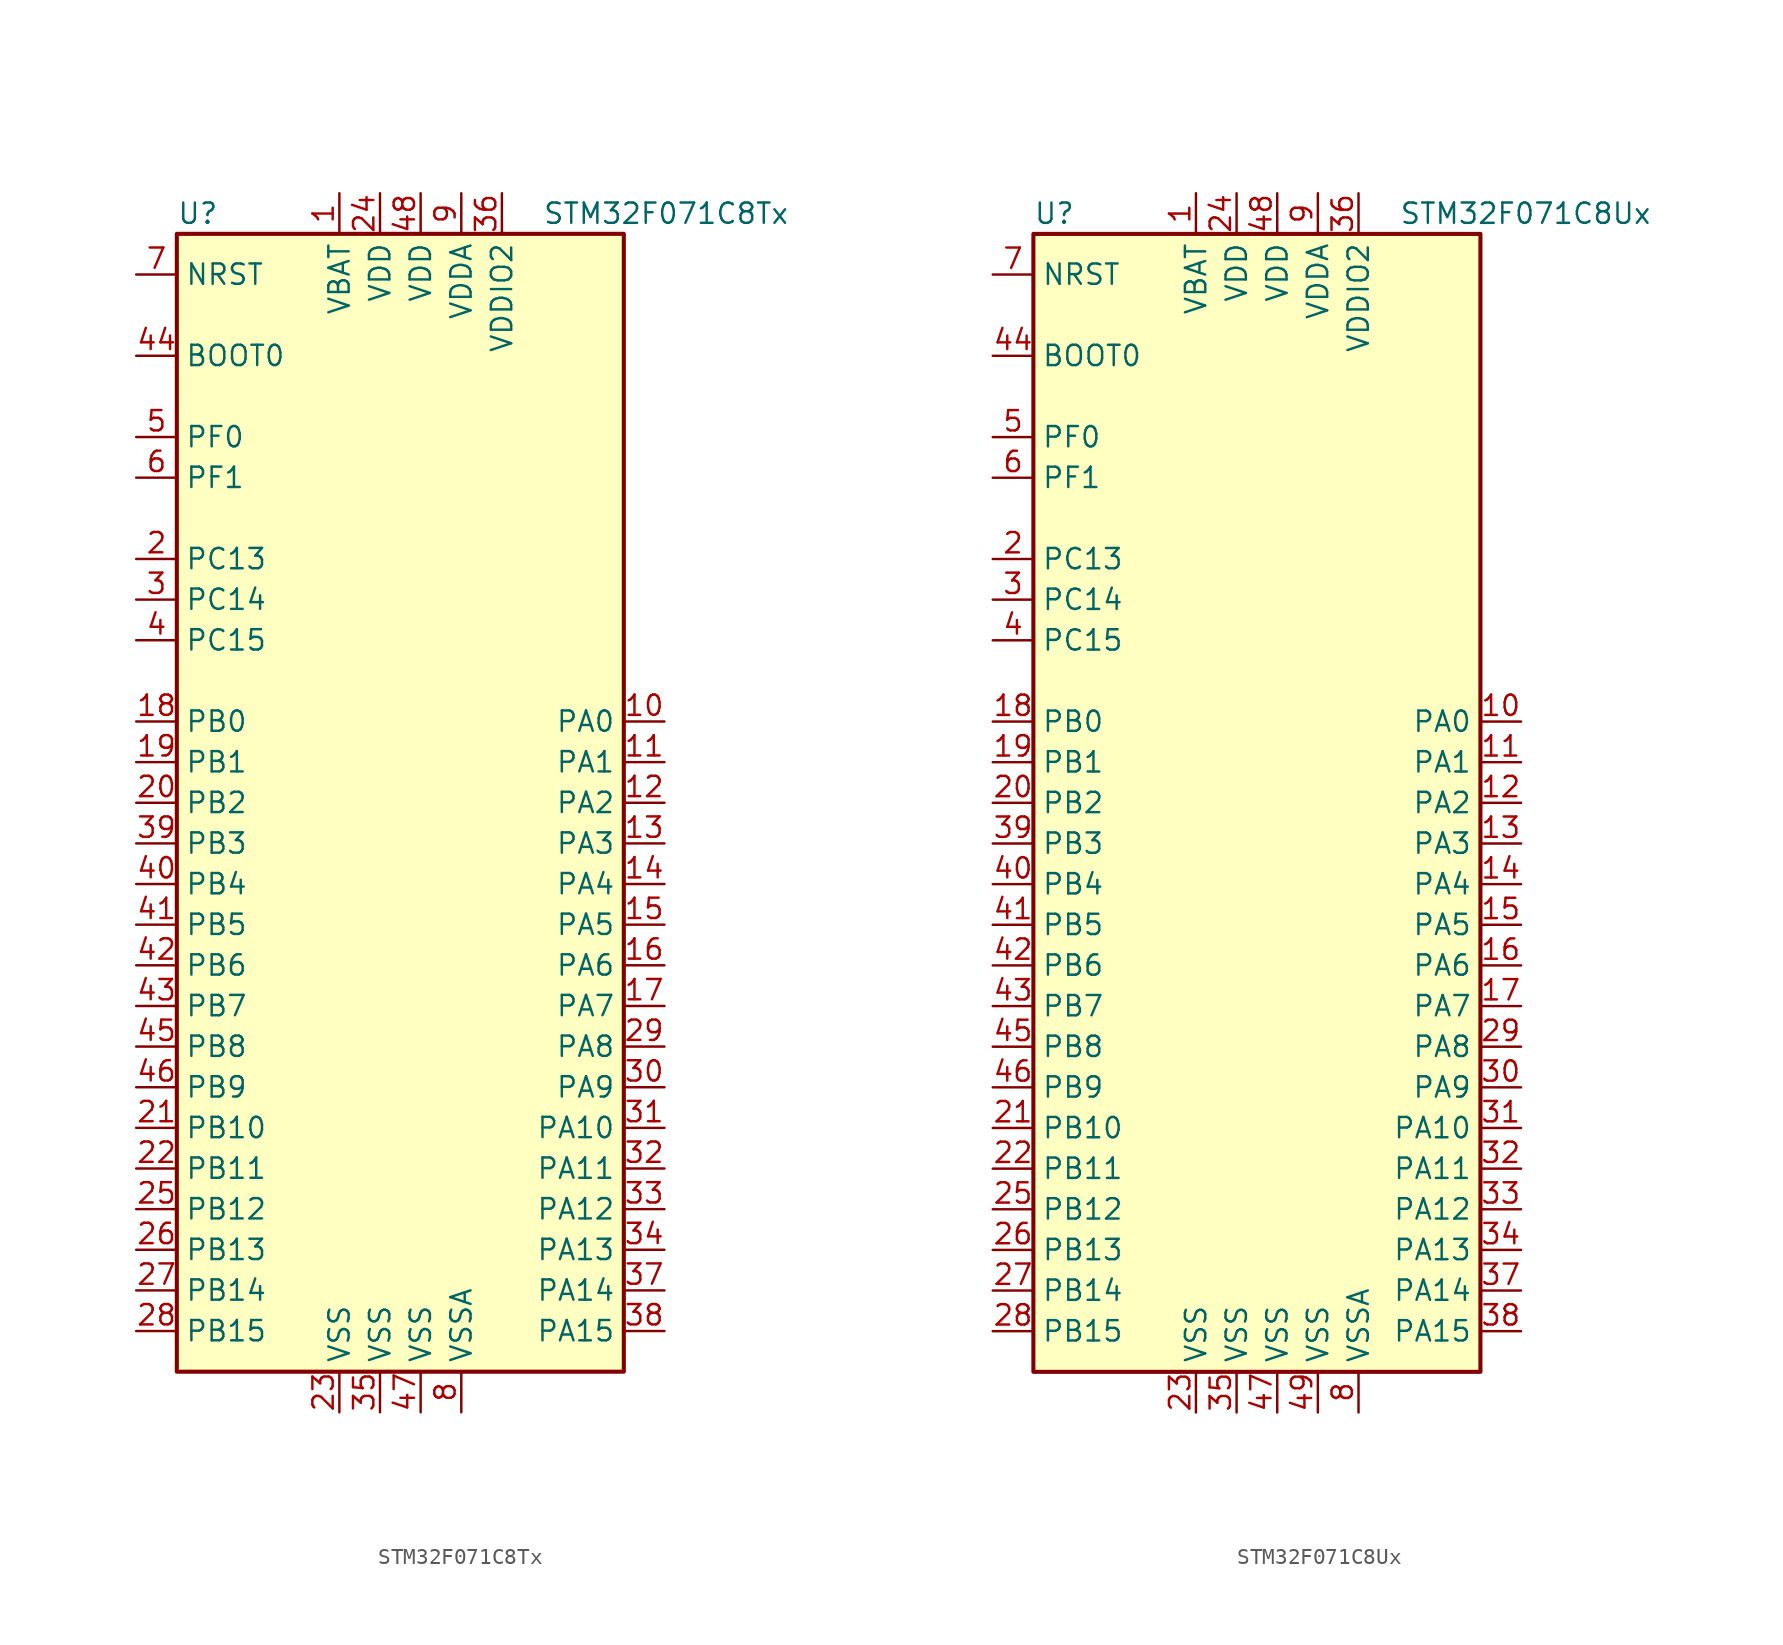
<source format=kicad_sym>
(kicad_symbol_lib
  (version 20201005)
  (generator kicad_symbol_editor)
  (symbol "STM32F071C8Tx"
    (property "Reference" "U"
      (at -15.24 36.83 0)
      (effects (font (size 1.27 1.27)) (justify left)))
    (property "Value" "STM32F071C8Tx"
      (at 7.62 36.83 0)
      (effects (font (size 1.27 1.27)) (justify left)))
    (symbol "STM32F071C8Tx_0_1"
      (rectangle (start -15.24 -35.56) (end 12.7 35.56) (stroke (width 0.254)) (fill (type background))))
    (symbol "STM32F071C8Tx_1_1"
      (pin power_in line (at -5.08 38.1 270) (length 2.54) (name "VBAT" (effects (font (size 1.27 1.27)))) (number "1" (effects (font (size 1.27 1.27)))))
      (pin bidirectional line (at 15.24 5.08 180) (length 2.54) (name "PA0" (effects (font (size 1.27 1.27)))) (number "10" (effects (font (size 1.27 1.27)))))
      (pin bidirectional line (at 15.24 2.54 180) (length 2.54) (name "PA1" (effects (font (size 1.27 1.27)))) (number "11" (effects (font (size 1.27 1.27)))))
      (pin bidirectional line (at 15.24 0 180) (length 2.54) (name "PA2" (effects (font (size 1.27 1.27)))) (number "12" (effects (font (size 1.27 1.27)))))
      (pin bidirectional line (at 15.24 -2.54 180) (length 2.54) (name "PA3" (effects (font (size 1.27 1.27)))) (number "13" (effects (font (size 1.27 1.27)))))
      (pin bidirectional line (at 15.24 -5.08 180) (length 2.54) (name "PA4" (effects (font (size 1.27 1.27)))) (number "14" (effects (font (size 1.27 1.27)))))
      (pin bidirectional line (at 15.24 -7.62 180) (length 2.54) (name "PA5" (effects (font (size 1.27 1.27)))) (number "15" (effects (font (size 1.27 1.27)))))
      (pin bidirectional line (at 15.24 -10.16 180) (length 2.54) (name "PA6" (effects (font (size 1.27 1.27)))) (number "16" (effects (font (size 1.27 1.27)))))
      (pin bidirectional line (at 15.24 -12.7 180) (length 2.54) (name "PA7" (effects (font (size 1.27 1.27)))) (number "17" (effects (font (size 1.27 1.27)))))
      (pin bidirectional line (at -17.78 5.08 0) (length 2.54) (name "PB0" (effects (font (size 1.27 1.27)))) (number "18" (effects (font (size 1.27 1.27)))))
      (pin bidirectional line (at -17.78 2.54 0) (length 2.54) (name "PB1" (effects (font (size 1.27 1.27)))) (number "19" (effects (font (size 1.27 1.27)))))
      (pin bidirectional line (at -17.78 15.24 0) (length 2.54) (name "PC13" (effects (font (size 1.27 1.27)))) (number "2" (effects (font (size 1.27 1.27)))))
      (pin bidirectional line (at -17.78 0 0) (length 2.54) (name "PB2" (effects (font (size 1.27 1.27)))) (number "20" (effects (font (size 1.27 1.27)))))
      (pin bidirectional line (at -17.78 -20.32 0) (length 2.54) (name "PB10" (effects (font (size 1.27 1.27)))) (number "21" (effects (font (size 1.27 1.27)))))
      (pin bidirectional line (at -17.78 -22.86 0) (length 2.54) (name "PB11" (effects (font (size 1.27 1.27)))) (number "22" (effects (font (size 1.27 1.27)))))
      (pin power_in line (at -5.08 -38.1 90) (length 2.54) (name "VSS" (effects (font (size 1.27 1.27)))) (number "23" (effects (font (size 1.27 1.27)))))
      (pin power_in line (at -2.54 38.1 270) (length 2.54) (name "VDD" (effects (font (size 1.27 1.27)))) (number "24" (effects (font (size 1.27 1.27)))))
      (pin bidirectional line (at -17.78 -25.4 0) (length 2.54) (name "PB12" (effects (font (size 1.27 1.27)))) (number "25" (effects (font (size 1.27 1.27)))))
      (pin bidirectional line (at -17.78 -27.94 0) (length 2.54) (name "PB13" (effects (font (size 1.27 1.27)))) (number "26" (effects (font (size 1.27 1.27)))))
      (pin bidirectional line (at -17.78 -30.48 0) (length 2.54) (name "PB14" (effects (font (size 1.27 1.27)))) (number "27" (effects (font (size 1.27 1.27)))))
      (pin bidirectional line (at -17.78 -33.02 0) (length 2.54) (name "PB15" (effects (font (size 1.27 1.27)))) (number "28" (effects (font (size 1.27 1.27)))))
      (pin bidirectional line (at 15.24 -15.24 180) (length 2.54) (name "PA8" (effects (font (size 1.27 1.27)))) (number "29" (effects (font (size 1.27 1.27)))))
      (pin bidirectional line (at -17.78 12.7 0) (length 2.54) (name "PC14" (effects (font (size 1.27 1.27)))) (number "3" (effects (font (size 1.27 1.27)))))
      (pin bidirectional line (at 15.24 -17.78 180) (length 2.54) (name "PA9" (effects (font (size 1.27 1.27)))) (number "30" (effects (font (size 1.27 1.27)))))
      (pin bidirectional line (at 15.24 -20.32 180) (length 2.54) (name "PA10" (effects (font (size 1.27 1.27)))) (number "31" (effects (font (size 1.27 1.27)))))
      (pin bidirectional line (at 15.24 -22.86 180) (length 2.54) (name "PA11" (effects (font (size 1.27 1.27)))) (number "32" (effects (font (size 1.27 1.27)))))
      (pin bidirectional line (at 15.24 -25.4 180) (length 2.54) (name "PA12" (effects (font (size 1.27 1.27)))) (number "33" (effects (font (size 1.27 1.27)))))
      (pin bidirectional line (at 15.24 -27.94 180) (length 2.54) (name "PA13" (effects (font (size 1.27 1.27)))) (number "34" (effects (font (size 1.27 1.27)))))
      (pin power_in line (at -2.54 -38.1 90) (length 2.54) (name "VSS" (effects (font (size 1.27 1.27)))) (number "35" (effects (font (size 1.27 1.27)))))
      (pin power_in line (at 5.08 38.1 270) (length 2.54) (name "VDDIO2" (effects (font (size 1.27 1.27)))) (number "36" (effects (font (size 1.27 1.27)))))
      (pin bidirectional line (at 15.24 -30.48 180) (length 2.54) (name "PA14" (effects (font (size 1.27 1.27)))) (number "37" (effects (font (size 1.27 1.27)))))
      (pin bidirectional line (at 15.24 -33.02 180) (length 2.54) (name "PA15" (effects (font (size 1.27 1.27)))) (number "38" (effects (font (size 1.27 1.27)))))
      (pin bidirectional line (at -17.78 -2.54 0) (length 2.54) (name "PB3" (effects (font (size 1.27 1.27)))) (number "39" (effects (font (size 1.27 1.27)))))
      (pin bidirectional line (at -17.78 10.16 0) (length 2.54) (name "PC15" (effects (font (size 1.27 1.27)))) (number "4" (effects (font (size 1.27 1.27)))))
      (pin bidirectional line (at -17.78 -5.08 0) (length 2.54) (name "PB4" (effects (font (size 1.27 1.27)))) (number "40" (effects (font (size 1.27 1.27)))))
      (pin bidirectional line (at -17.78 -7.62 0) (length 2.54) (name "PB5" (effects (font (size 1.27 1.27)))) (number "41" (effects (font (size 1.27 1.27)))))
      (pin bidirectional line (at -17.78 -10.16 0) (length 2.54) (name "PB6" (effects (font (size 1.27 1.27)))) (number "42" (effects (font (size 1.27 1.27)))))
      (pin bidirectional line (at -17.78 -12.7 0) (length 2.54) (name "PB7" (effects (font (size 1.27 1.27)))) (number "43" (effects (font (size 1.27 1.27)))))
      (pin input line (at -17.78 27.94 0) (length 2.54) (name "BOOT0" (effects (font (size 1.27 1.27)))) (number "44" (effects (font (size 1.27 1.27)))))
      (pin bidirectional line (at -17.78 -15.24 0) (length 2.54) (name "PB8" (effects (font (size 1.27 1.27)))) (number "45" (effects (font (size 1.27 1.27)))))
      (pin bidirectional line (at -17.78 -17.78 0) (length 2.54) (name "PB9" (effects (font (size 1.27 1.27)))) (number "46" (effects (font (size 1.27 1.27)))))
      (pin power_in line (at 0 -38.1 90) (length 2.54) (name "VSS" (effects (font (size 1.27 1.27)))) (number "47" (effects (font (size 1.27 1.27)))))
      (pin power_in line (at 0 38.1 270) (length 2.54) (name "VDD" (effects (font (size 1.27 1.27)))) (number "48" (effects (font (size 1.27 1.27)))))
      (pin input line (at -17.78 22.86 0) (length 2.54) (name "PF0" (effects (font (size 1.27 1.27)))) (number "5" (effects (font (size 1.27 1.27)))))
      (pin input line (at -17.78 20.32 0) (length 2.54) (name "PF1" (effects (font (size 1.27 1.27)))) (number "6" (effects (font (size 1.27 1.27)))))
      (pin input line (at -17.78 33.02 0) (length 2.54) (name "NRST" (effects (font (size 1.27 1.27)))) (number "7" (effects (font (size 1.27 1.27)))))
      (pin power_in line (at 2.54 -38.1 90) (length 2.54) (name "VSSA" (effects (font (size 1.27 1.27)))) (number "8" (effects (font (size 1.27 1.27)))))
      (pin power_in line (at 2.54 38.1 270) (length 2.54) (name "VDDA" (effects (font (size 1.27 1.27)))) (number "9" (effects (font (size 1.27 1.27)))))))
  (symbol "STM32F071C8Ux"
    (property "Reference" "U"
      (at -15.24 36.83 0)
      (effects (font (size 1.27 1.27)) (justify left)))
    (property "Value" "STM32F071C8Ux"
      (at 7.62 36.83 0)
      (effects (font (size 1.27 1.27)) (justify left)))
    (symbol "STM32F071C8Ux_0_1"
      (rectangle (start -15.24 -35.56) (end 12.7 35.56) (stroke (width 0.254)) (fill (type background))))
    (symbol "STM32F071C8Ux_1_1"
      (pin power_in line (at -5.08 38.1 270) (length 2.54) (name "VBAT" (effects (font (size 1.27 1.27)))) (number "1" (effects (font (size 1.27 1.27)))))
      (pin bidirectional line (at 15.24 5.08 180) (length 2.54) (name "PA0" (effects (font (size 1.27 1.27)))) (number "10" (effects (font (size 1.27 1.27)))))
      (pin bidirectional line (at 15.24 2.54 180) (length 2.54) (name "PA1" (effects (font (size 1.27 1.27)))) (number "11" (effects (font (size 1.27 1.27)))))
      (pin bidirectional line (at 15.24 0 180) (length 2.54) (name "PA2" (effects (font (size 1.27 1.27)))) (number "12" (effects (font (size 1.27 1.27)))))
      (pin bidirectional line (at 15.24 -2.54 180) (length 2.54) (name "PA3" (effects (font (size 1.27 1.27)))) (number "13" (effects (font (size 1.27 1.27)))))
      (pin bidirectional line (at 15.24 -5.08 180) (length 2.54) (name "PA4" (effects (font (size 1.27 1.27)))) (number "14" (effects (font (size 1.27 1.27)))))
      (pin bidirectional line (at 15.24 -7.62 180) (length 2.54) (name "PA5" (effects (font (size 1.27 1.27)))) (number "15" (effects (font (size 1.27 1.27)))))
      (pin bidirectional line (at 15.24 -10.16 180) (length 2.54) (name "PA6" (effects (font (size 1.27 1.27)))) (number "16" (effects (font (size 1.27 1.27)))))
      (pin bidirectional line (at 15.24 -12.7 180) (length 2.54) (name "PA7" (effects (font (size 1.27 1.27)))) (number "17" (effects (font (size 1.27 1.27)))))
      (pin bidirectional line (at -17.78 5.08 0) (length 2.54) (name "PB0" (effects (font (size 1.27 1.27)))) (number "18" (effects (font (size 1.27 1.27)))))
      (pin bidirectional line (at -17.78 2.54 0) (length 2.54) (name "PB1" (effects (font (size 1.27 1.27)))) (number "19" (effects (font (size 1.27 1.27)))))
      (pin bidirectional line (at -17.78 15.24 0) (length 2.54) (name "PC13" (effects (font (size 1.27 1.27)))) (number "2" (effects (font (size 1.27 1.27)))))
      (pin bidirectional line (at -17.78 0 0) (length 2.54) (name "PB2" (effects (font (size 1.27 1.27)))) (number "20" (effects (font (size 1.27 1.27)))))
      (pin bidirectional line (at -17.78 -20.32 0) (length 2.54) (name "PB10" (effects (font (size 1.27 1.27)))) (number "21" (effects (font (size 1.27 1.27)))))
      (pin bidirectional line (at -17.78 -22.86 0) (length 2.54) (name "PB11" (effects (font (size 1.27 1.27)))) (number "22" (effects (font (size 1.27 1.27)))))
      (pin power_in line (at -5.08 -38.1 90) (length 2.54) (name "VSS" (effects (font (size 1.27 1.27)))) (number "23" (effects (font (size 1.27 1.27)))))
      (pin power_in line (at -2.54 38.1 270) (length 2.54) (name "VDD" (effects (font (size 1.27 1.27)))) (number "24" (effects (font (size 1.27 1.27)))))
      (pin bidirectional line (at -17.78 -25.4 0) (length 2.54) (name "PB12" (effects (font (size 1.27 1.27)))) (number "25" (effects (font (size 1.27 1.27)))))
      (pin bidirectional line (at -17.78 -27.94 0) (length 2.54) (name "PB13" (effects (font (size 1.27 1.27)))) (number "26" (effects (font (size 1.27 1.27)))))
      (pin bidirectional line (at -17.78 -30.48 0) (length 2.54) (name "PB14" (effects (font (size 1.27 1.27)))) (number "27" (effects (font (size 1.27 1.27)))))
      (pin bidirectional line (at -17.78 -33.02 0) (length 2.54) (name "PB15" (effects (font (size 1.27 1.27)))) (number "28" (effects (font (size 1.27 1.27)))))
      (pin bidirectional line (at 15.24 -15.24 180) (length 2.54) (name "PA8" (effects (font (size 1.27 1.27)))) (number "29" (effects (font (size 1.27 1.27)))))
      (pin bidirectional line (at -17.78 12.7 0) (length 2.54) (name "PC14" (effects (font (size 1.27 1.27)))) (number "3" (effects (font (size 1.27 1.27)))))
      (pin bidirectional line (at 15.24 -17.78 180) (length 2.54) (name "PA9" (effects (font (size 1.27 1.27)))) (number "30" (effects (font (size 1.27 1.27)))))
      (pin bidirectional line (at 15.24 -20.32 180) (length 2.54) (name "PA10" (effects (font (size 1.27 1.27)))) (number "31" (effects (font (size 1.27 1.27)))))
      (pin bidirectional line (at 15.24 -22.86 180) (length 2.54) (name "PA11" (effects (font (size 1.27 1.27)))) (number "32" (effects (font (size 1.27 1.27)))))
      (pin bidirectional line (at 15.24 -25.4 180) (length 2.54) (name "PA12" (effects (font (size 1.27 1.27)))) (number "33" (effects (font (size 1.27 1.27)))))
      (pin bidirectional line (at 15.24 -27.94 180) (length 2.54) (name "PA13" (effects (font (size 1.27 1.27)))) (number "34" (effects (font (size 1.27 1.27)))))
      (pin power_in line (at -2.54 -38.1 90) (length 2.54) (name "VSS" (effects (font (size 1.27 1.27)))) (number "35" (effects (font (size 1.27 1.27)))))
      (pin power_in line (at 5.08 38.1 270) (length 2.54) (name "VDDIO2" (effects (font (size 1.27 1.27)))) (number "36" (effects (font (size 1.27 1.27)))))
      (pin bidirectional line (at 15.24 -30.48 180) (length 2.54) (name "PA14" (effects (font (size 1.27 1.27)))) (number "37" (effects (font (size 1.27 1.27)))))
      (pin bidirectional line (at 15.24 -33.02 180) (length 2.54) (name "PA15" (effects (font (size 1.27 1.27)))) (number "38" (effects (font (size 1.27 1.27)))))
      (pin bidirectional line (at -17.78 -2.54 0) (length 2.54) (name "PB3" (effects (font (size 1.27 1.27)))) (number "39" (effects (font (size 1.27 1.27)))))
      (pin bidirectional line (at -17.78 10.16 0) (length 2.54) (name "PC15" (effects (font (size 1.27 1.27)))) (number "4" (effects (font (size 1.27 1.27)))))
      (pin bidirectional line (at -17.78 -5.08 0) (length 2.54) (name "PB4" (effects (font (size 1.27 1.27)))) (number "40" (effects (font (size 1.27 1.27)))))
      (pin bidirectional line (at -17.78 -7.62 0) (length 2.54) (name "PB5" (effects (font (size 1.27 1.27)))) (number "41" (effects (font (size 1.27 1.27)))))
      (pin bidirectional line (at -17.78 -10.16 0) (length 2.54) (name "PB6" (effects (font (size 1.27 1.27)))) (number "42" (effects (font (size 1.27 1.27)))))
      (pin bidirectional line (at -17.78 -12.7 0) (length 2.54) (name "PB7" (effects (font (size 1.27 1.27)))) (number "43" (effects (font (size 1.27 1.27)))))
      (pin input line (at -17.78 27.94 0) (length 2.54) (name "BOOT0" (effects (font (size 1.27 1.27)))) (number "44" (effects (font (size 1.27 1.27)))))
      (pin bidirectional line (at -17.78 -15.24 0) (length 2.54) (name "PB8" (effects (font (size 1.27 1.27)))) (number "45" (effects (font (size 1.27 1.27)))))
      (pin bidirectional line (at -17.78 -17.78 0) (length 2.54) (name "PB9" (effects (font (size 1.27 1.27)))) (number "46" (effects (font (size 1.27 1.27)))))
      (pin power_in line (at 0 -38.1 90) (length 2.54) (name "VSS" (effects (font (size 1.27 1.27)))) (number "47" (effects (font (size 1.27 1.27)))))
      (pin power_in line (at 0 38.1 270) (length 2.54) (name "VDD" (effects (font (size 1.27 1.27)))) (number "48" (effects (font (size 1.27 1.27)))))
      (pin power_in line (at 2.54 -38.1 90) (length 2.54) (name "VSS" (effects (font (size 1.27 1.27)))) (number "49" (effects (font (size 1.27 1.27)))))
      (pin input line (at -17.78 22.86 0) (length 2.54) (name "PF0" (effects (font (size 1.27 1.27)))) (number "5" (effects (font (size 1.27 1.27)))))
      (pin input line (at -17.78 20.32 0) (length 2.54) (name "PF1" (effects (font (size 1.27 1.27)))) (number "6" (effects (font (size 1.27 1.27)))))
      (pin input line (at -17.78 33.02 0) (length 2.54) (name "NRST" (effects (font (size 1.27 1.27)))) (number "7" (effects (font (size 1.27 1.27)))))
      (pin power_in line (at 5.08 -38.1 90) (length 2.54) (name "VSSA" (effects (font (size 1.27 1.27)))) (number "8" (effects (font (size 1.27 1.27)))))
      (pin power_in line (at 2.54 38.1 270) (length 2.54) (name "VDDA" (effects (font (size 1.27 1.27)))) (number "9" (effects (font (size 1.27 1.27))))))))
</source>
